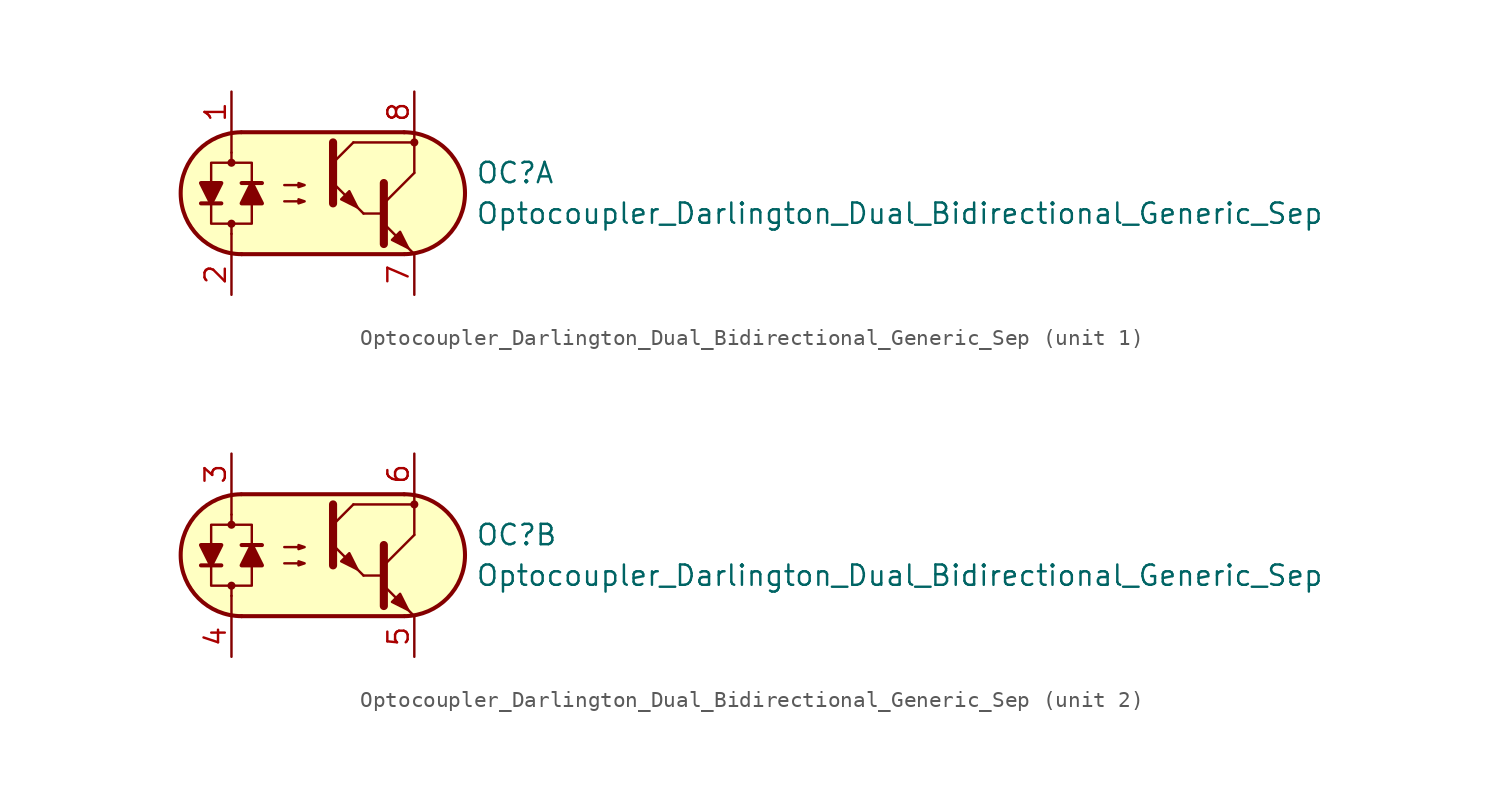
<source format=kicad_sym>
(kicad_symbol_lib
  (version 20231120)
  (generator "kicad_symbol_editor")
  (generator_version "8.0")
  (symbol "Optocoupler_Darlington_Dual_Bidirectional_Generic_Sep"
    (pin_names
      (offset 1.016))
    (property "Reference" "OC"
      (at 10.16 1.27 0)
      (effects (font (size 1.27 1.27)) (justify left)))
    (property "Value" "Optocoupler_Darlington_Dual_Bidirectional_Generic_Sep"
      (at 10.16 -1.27 0)
      (effects (font (size 1.27 1.27)) (justify left)))
    (property "ki_locked" ""
      (at 0 0 0)
      (effects (font (size 1.27 1.27))))
    (symbol "Optocoupler_Darlington_Dual_Bidirectional_Generic_Sep_0_1"
      (arc (start -4.4835 3.8099) (mid -8.2551 -0.016) (end -4.4516 -3.8101) (stroke (width 0.254) (type default)) (fill (type none)))
      (polyline (pts (xy -5.08 -2.54) (xy -5.08 -3.81)) (stroke (width 0.152) (type default)) (fill (type none)))
      (polyline (pts (xy -5.08 1.905) (xy -5.08 2.54)) (stroke (width 0.152) (type default)) (fill (type none)))
      (polyline (pts (xy -5.08 2.54) (xy -5.08 3.81)) (stroke (width 0.152) (type default)) (fill (type none)))
      (polyline (pts (xy -4.445 -3.81) (xy 5.715 -3.81)) (stroke (width 0.254) (type default)) (fill (type none)))
      (polyline (pts (xy 2.54 3.175) (xy 6.35 3.175)) (stroke (width 0.152) (type default)) (fill (type none)))
      (polyline (pts (xy 3.175 -1.27) (xy 4.445 -1.27)) (stroke (width 0) (type default)) (fill (type none)))
      (polyline (pts (xy 4.445 -0.635) (xy 6.35 1.27)) (stroke (width 0) (type default)) (fill (type none)))
      (polyline (pts (xy 5.715 3.81) (xy -4.445 3.81)) (stroke (width 0.254) (type default)) (fill (type none)))
      (polyline (pts (xy 6.35 -3.81) (xy 4.445 -1.905)) (stroke (width 0) (type default)) (fill (type outline)))
      (polyline (pts (xy 6.35 1.27) (xy 6.35 3.81)) (stroke (width 0.152) (type default)) (fill (type none)))
      (polyline (pts (xy 4.445 0.635) (xy 4.445 -3.175) (xy 4.445 -3.175)) (stroke (width 0.508) (type default)) (fill (type none)))
      (polyline (pts (xy -1.778 -0.508) (xy -0.508 -0.508) (xy -0.889 -0.635) (xy -0.889 -0.381) (xy -0.508 -0.508)) (stroke (width 0) (type default)) (fill (type none)))
      (polyline (pts (xy -1.778 0.508) (xy -0.508 0.508) (xy -0.889 0.381) (xy -0.889 0.635) (xy -0.508 0.508)) (stroke (width 0) (type default)) (fill (type none)))
      (polyline (pts (xy 4.953 -2.921) (xy 5.461 -2.413) (xy 5.969 -3.429) (xy 4.953 -2.921) (xy 4.953 -2.921)) (stroke (width 0) (type default)) (fill (type outline)))
      (polyline (pts (xy -5.08 -2.54) (xy -5.08 -1.905) (xy -6.35 -1.905) (xy -6.35 1.905) (xy -3.81 1.905) (xy -3.81 -1.905) (xy -5.08 -1.905)) (stroke (width 0.152) (type default)) (fill (type none)))
      (polyline (pts (xy 5.715 3.81) (xy -4.064 3.81) (xy -4.572 3.81) (xy -5.207 3.683) (xy -5.842 3.556) (xy -6.604 3.175) (xy -7.239 2.54) (xy -7.747 1.778) (xy -8.255 0.508) (xy -8.255 -0.508) (xy -8.001 -1.397) (xy -7.112 -2.667) (xy -6.096 -3.429) (xy -4.572 -3.81) (xy 6.096 -3.81) (xy 7.112 -3.556) (xy 8.128 -2.921) (xy 8.89 -2.159) (xy 9.271 -1.397) (xy 9.525 -0.127) (xy 9.398 0.889) (xy 9.144 1.651) (xy 8.763 2.286) (xy 8.255 2.794) (xy 7.62 3.302) (xy 6.731 3.683) (xy 5.715 3.81)) (stroke (width 0.01) (type default)) (fill (type background)))
      (arc (start 5.7469 -3.81) (mid 9.5185 0.0159) (end 5.715 3.81) (stroke (width 0.254) (type default)) (fill (type none))))
    (symbol "Optocoupler_Darlington_Dual_Bidirectional_Generic_Sep_1_1"
      (circle (center -5.08 -1.905) (radius 0.178) (stroke (width 0) (type default)) (fill (type outline)))
      (circle (center -5.08 1.905) (radius 0.178) (stroke (width 0) (type default)) (fill (type outline)))
      (polyline (pts (xy -6.985 -0.635) (xy -5.715 -0.635)) (stroke (width 0.254) (type default)) (fill (type none)))
      (polyline (pts (xy -3.175 0.635) (xy -4.445 0.635)) (stroke (width 0.254) (type default)) (fill (type none)))
      (polyline (pts (xy 1.27 1.905) (xy 2.54 3.175)) (stroke (width 0) (type default)) (fill (type none)))
      (polyline (pts (xy 3.175 -1.27) (xy 1.27 0.635)) (stroke (width 0) (type default)) (fill (type outline)))
      (polyline (pts (xy 1.27 3.175) (xy 1.27 -0.635) (xy 1.27 -0.635)) (stroke (width 0.508) (type default)) (fill (type none)))
      (polyline (pts (xy -6.35 -0.635) (xy -6.985 0.635) (xy -5.715 0.635) (xy -6.35 -0.635)) (stroke (width 0.254) (type default)) (fill (type outline)))
      (polyline (pts (xy -3.81 0.635) (xy -3.175 -0.635) (xy -4.445 -0.635) (xy -3.81 0.635)) (stroke (width 0.254) (type default)) (fill (type outline)))
      (polyline (pts (xy 1.778 -0.381) (xy 2.286 0.127) (xy 2.794 -0.889) (xy 1.778 -0.381) (xy 1.778 -0.381)) (stroke (width 0) (type default)) (fill (type outline)))
      (circle (center 6.35 3.175) (radius 0.178) (stroke (width 0) (type default)) (fill (type outline)))
      (pin passive line (at -5.08 6.35 270) (length 2.54) (name "~" (effects (font (size 1.27 1.27)))) (number "1" (effects (font (size 1.27 1.27)))))
      (pin passive line (at -5.08 -6.35 90) (length 2.54) (name "~" (effects (font (size 1.27 1.27)))) (number "2" (effects (font (size 1.27 1.27)))))
      (pin passive line (at 6.35 -6.35 90) (length 2.54) (name "~" (effects (font (size 1.27 1.27)))) (number "7" (effects (font (size 1.27 1.27)))))
      (pin passive line (at 6.35 6.35 270) (length 2.54) (name "~" (effects (font (size 1.27 1.27)))) (number "8" (effects (font (size 1.27 1.27))))))
    (symbol "Optocoupler_Darlington_Dual_Bidirectional_Generic_Sep_2_1"
      (circle (center -5.08 -1.905) (radius 0.178) (stroke (width 0) (type default)) (fill (type outline)))
      (circle (center -5.08 1.905) (radius 0.178) (stroke (width 0) (type default)) (fill (type outline)))
      (polyline (pts (xy -6.985 -0.635) (xy -5.715 -0.635)) (stroke (width 0.254) (type default)) (fill (type none)))
      (polyline (pts (xy -3.175 0.635) (xy -4.445 0.635)) (stroke (width 0.254) (type default)) (fill (type none)))
      (polyline (pts (xy 1.27 1.905) (xy 2.54 3.175)) (stroke (width 0) (type default)) (fill (type none)))
      (polyline (pts (xy 3.175 -1.27) (xy 1.27 0.635)) (stroke (width 0) (type default)) (fill (type outline)))
      (polyline (pts (xy 1.27 3.175) (xy 1.27 -0.635) (xy 1.27 -0.635)) (stroke (width 0.508) (type default)) (fill (type none)))
      (polyline (pts (xy -6.35 -0.635) (xy -6.985 0.635) (xy -5.715 0.635) (xy -6.35 -0.635)) (stroke (width 0.254) (type default)) (fill (type outline)))
      (polyline (pts (xy -3.81 0.635) (xy -3.175 -0.635) (xy -4.445 -0.635) (xy -3.81 0.635)) (stroke (width 0.254) (type default)) (fill (type outline)))
      (polyline (pts (xy 1.778 -0.381) (xy 2.286 0.127) (xy 2.794 -0.889) (xy 1.778 -0.381) (xy 1.778 -0.381)) (stroke (width 0) (type default)) (fill (type outline)))
      (circle (center 6.35 3.175) (radius 0.178) (stroke (width 0) (type default)) (fill (type outline)))
      (pin passive line (at -5.08 6.35 270) (length 2.54) (name "~" (effects (font (size 1.27 1.27)))) (number "3" (effects (font (size 1.27 1.27)))))
      (pin passive line (at -5.08 -6.35 90) (length 2.54) (name "~" (effects (font (size 1.27 1.27)))) (number "4" (effects (font (size 1.27 1.27)))))
      (pin passive line (at 6.35 -6.35 90) (length 2.54) (name "~" (effects (font (size 1.27 1.27)))) (number "5" (effects (font (size 1.27 1.27)))))
      (pin passive line (at 6.35 6.35 270) (length 2.54) (name "~" (effects (font (size 1.27 1.27)))) (number "6" (effects (font (size 1.27 1.27))))))))
</source>
